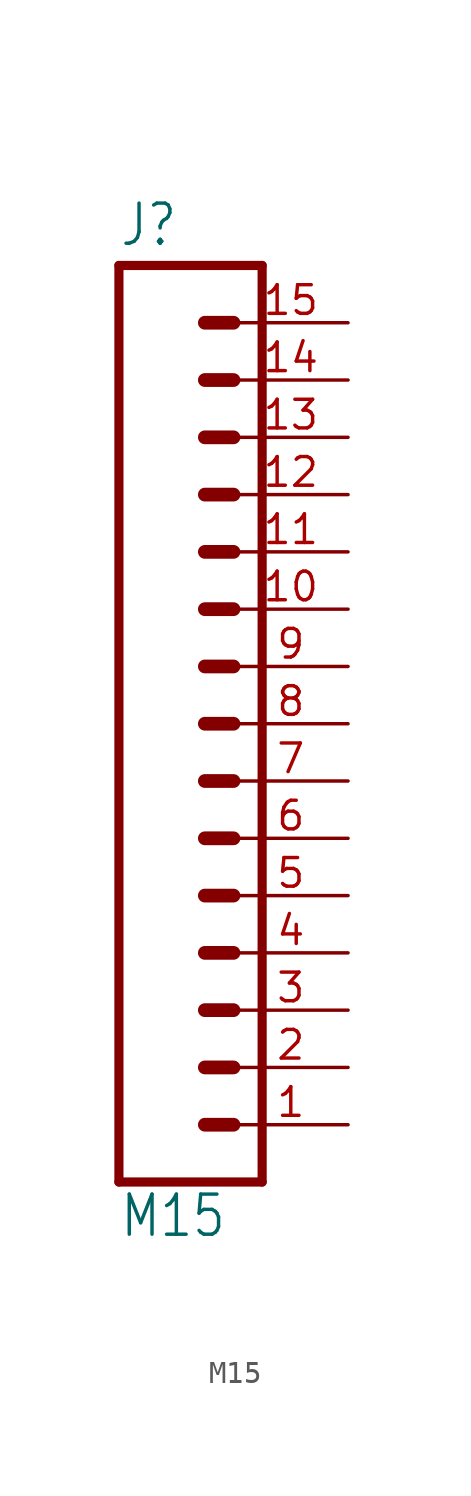
<source format=kicad_sym>
(kicad_symbol_lib
  (version 20211014)
  (generator kicad_symbol_editor)
  (symbol "M15"
    (property "Reference" "J"
      (at 0 21.082 0)
      (effects (font (size 1.778 1.511)) (justify left bottom)))
    (property "Value" "M15"
      (at 0 -22.86 0)
      (effects (font (size 1.778 1.511)) (justify left bottom)))
    (property "ki_locked" ""
      (at 0 0 0)
      (effects (font (size 1.27 1.27))))
    (symbol "M15_1_0"
      (polyline (pts (xy 0 20.32) (xy 0 -20.32)) (stroke (width 0.406) (type default) (color 0 0 0 0)) (fill (type none)))
      (polyline (pts (xy 0 20.32) (xy 6.35 20.32)) (stroke (width 0.406) (type default) (color 0 0 0 0)) (fill (type none)))
      (polyline (pts (xy 3.81 -17.78) (xy 5.08 -17.78)) (stroke (width 0.61) (type default) (color 0 0 0 0)) (fill (type none)))
      (polyline (pts (xy 3.81 -15.24) (xy 5.08 -15.24)) (stroke (width 0.61) (type default) (color 0 0 0 0)) (fill (type none)))
      (polyline (pts (xy 3.81 -12.7) (xy 5.08 -12.7)) (stroke (width 0.61) (type default) (color 0 0 0 0)) (fill (type none)))
      (polyline (pts (xy 3.81 -10.16) (xy 5.08 -10.16)) (stroke (width 0.61) (type default) (color 0 0 0 0)) (fill (type none)))
      (polyline (pts (xy 3.81 -7.62) (xy 5.08 -7.62)) (stroke (width 0.61) (type default) (color 0 0 0 0)) (fill (type none)))
      (polyline (pts (xy 3.81 -5.08) (xy 5.08 -5.08)) (stroke (width 0.61) (type default) (color 0 0 0 0)) (fill (type none)))
      (polyline (pts (xy 3.81 -2.54) (xy 5.08 -2.54)) (stroke (width 0.61) (type default) (color 0 0 0 0)) (fill (type none)))
      (polyline (pts (xy 3.81 0) (xy 5.08 0)) (stroke (width 0.61) (type default) (color 0 0 0 0)) (fill (type none)))
      (polyline (pts (xy 3.81 2.54) (xy 5.08 2.54)) (stroke (width 0.61) (type default) (color 0 0 0 0)) (fill (type none)))
      (polyline (pts (xy 3.81 5.08) (xy 5.08 5.08)) (stroke (width 0.61) (type default) (color 0 0 0 0)) (fill (type none)))
      (polyline (pts (xy 3.81 7.62) (xy 5.08 7.62)) (stroke (width 0.61) (type default) (color 0 0 0 0)) (fill (type none)))
      (polyline (pts (xy 3.81 10.16) (xy 5.08 10.16)) (stroke (width 0.61) (type default) (color 0 0 0 0)) (fill (type none)))
      (polyline (pts (xy 3.81 12.7) (xy 5.08 12.7)) (stroke (width 0.61) (type default) (color 0 0 0 0)) (fill (type none)))
      (polyline (pts (xy 3.81 15.24) (xy 5.08 15.24)) (stroke (width 0.61) (type default) (color 0 0 0 0)) (fill (type none)))
      (polyline (pts (xy 3.81 17.78) (xy 5.08 17.78)) (stroke (width 0.61) (type default) (color 0 0 0 0)) (fill (type none)))
      (polyline (pts (xy 6.35 -20.32) (xy 0 -20.32)) (stroke (width 0.406) (type default) (color 0 0 0 0)) (fill (type none)))
      (polyline (pts (xy 6.35 -20.32) (xy 6.35 20.32)) (stroke (width 0.406) (type default) (color 0 0 0 0)) (fill (type none)))
      (pin passive line (at 10.16 -17.78 180) (length 5.08) (name "1" (effects (font (size 0 0)))) (number "1" (effects (font (size 1.27 1.27)))))
      (pin passive line (at 10.16 5.08 180) (length 5.08) (name "10" (effects (font (size 0 0)))) (number "10" (effects (font (size 1.27 1.27)))))
      (pin passive line (at 10.16 7.62 180) (length 5.08) (name "11" (effects (font (size 0 0)))) (number "11" (effects (font (size 1.27 1.27)))))
      (pin passive line (at 10.16 10.16 180) (length 5.08) (name "12" (effects (font (size 0 0)))) (number "12" (effects (font (size 1.27 1.27)))))
      (pin passive line (at 10.16 12.7 180) (length 5.08) (name "13" (effects (font (size 0 0)))) (number "13" (effects (font (size 1.27 1.27)))))
      (pin passive line (at 10.16 15.24 180) (length 5.08) (name "14" (effects (font (size 0 0)))) (number "14" (effects (font (size 1.27 1.27)))))
      (pin passive line (at 10.16 17.78 180) (length 5.08) (name "15" (effects (font (size 0 0)))) (number "15" (effects (font (size 1.27 1.27)))))
      (pin passive line (at 10.16 -15.24 180) (length 5.08) (name "2" (effects (font (size 0 0)))) (number "2" (effects (font (size 1.27 1.27)))))
      (pin passive line (at 10.16 -12.7 180) (length 5.08) (name "3" (effects (font (size 0 0)))) (number "3" (effects (font (size 1.27 1.27)))))
      (pin passive line (at 10.16 -10.16 180) (length 5.08) (name "4" (effects (font (size 0 0)))) (number "4" (effects (font (size 1.27 1.27)))))
      (pin passive line (at 10.16 -7.62 180) (length 5.08) (name "5" (effects (font (size 0 0)))) (number "5" (effects (font (size 1.27 1.27)))))
      (pin passive line (at 10.16 -5.08 180) (length 5.08) (name "6" (effects (font (size 0 0)))) (number "6" (effects (font (size 1.27 1.27)))))
      (pin passive line (at 10.16 -2.54 180) (length 5.08) (name "7" (effects (font (size 0 0)))) (number "7" (effects (font (size 1.27 1.27)))))
      (pin passive line (at 10.16 0 180) (length 5.08) (name "8" (effects (font (size 0 0)))) (number "8" (effects (font (size 1.27 1.27)))))
      (pin passive line (at 10.16 2.54 180) (length 5.08) (name "9" (effects (font (size 0 0)))) (number "9" (effects (font (size 1.27 1.27))))))))
</source>
